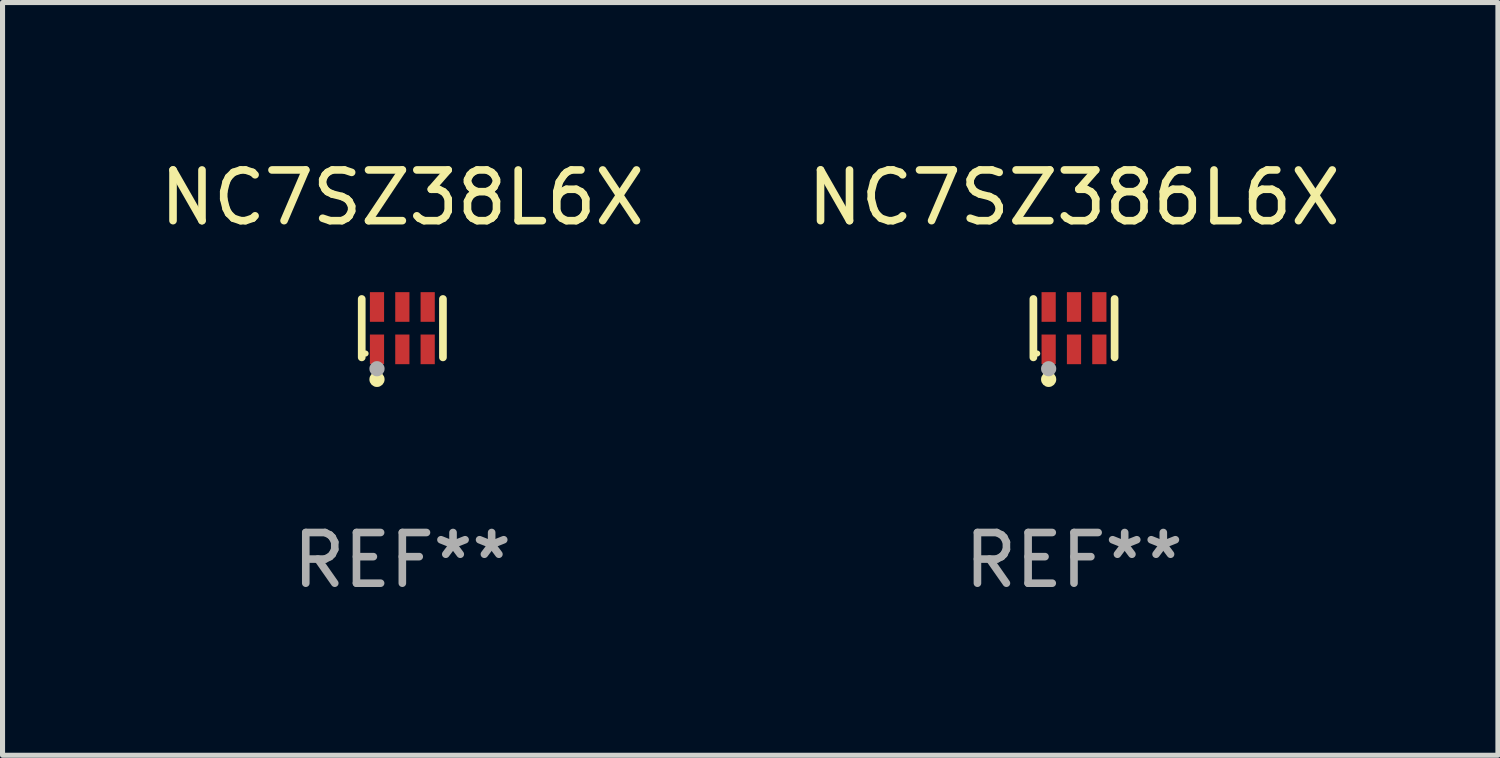
<source format=kicad_pcb>
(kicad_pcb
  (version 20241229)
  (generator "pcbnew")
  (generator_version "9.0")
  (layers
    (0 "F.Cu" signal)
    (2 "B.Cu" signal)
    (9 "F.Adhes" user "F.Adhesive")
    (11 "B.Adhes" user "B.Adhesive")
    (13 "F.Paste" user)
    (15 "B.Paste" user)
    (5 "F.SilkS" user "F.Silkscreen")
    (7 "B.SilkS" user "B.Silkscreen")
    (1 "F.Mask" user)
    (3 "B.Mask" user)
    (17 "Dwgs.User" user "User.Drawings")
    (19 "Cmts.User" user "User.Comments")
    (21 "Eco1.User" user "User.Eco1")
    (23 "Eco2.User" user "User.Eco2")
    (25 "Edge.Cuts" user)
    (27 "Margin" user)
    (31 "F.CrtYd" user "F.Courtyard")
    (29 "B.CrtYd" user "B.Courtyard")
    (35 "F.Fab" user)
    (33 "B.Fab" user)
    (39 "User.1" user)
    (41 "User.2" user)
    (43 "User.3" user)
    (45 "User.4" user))
  (footprint "NC7SZ386L6X"
    (layer "F.Cu")
    (at 18.137 3.424)
    (property "Reference" "NC7SZ386L6X" (at 0 -2.576 0) (layer "F.SilkS") (effects (font (size 1 1) (thickness 0.15))))
    (attr through_hole)
    (fp_line (start -0.801 0.576) (end -0.801 -0.576) (stroke (width 0.152) (type solid)) (layer "F.SilkS"))
    (fp_line (start 0.801 0.576) (end 0.801 -0.576) (stroke (width 0.152) (type solid)) (layer "F.SilkS"))
    (fp_circle (center -0.725 0.5) (end -0.695 0.5) (stroke (width 0.06) (type solid)) (fill no) (layer "F.SilkS"))
    (fp_circle (center -0.5 1.01) (end -0.425 1.01) (stroke (width 0.15) (type solid)) (fill no) (layer "F.SilkS"))
    (fp_circle (center -0.5 0.8) (end -0.425 0.8) (stroke (width 0.15) (type solid)) (fill no) (layer "F.Fab"))
    (fp_text user "REF**" (at 0 4.576 0) (layer "F.Fab") (effects (font (size 1 1) (thickness 0.15))))
    (pad "1" smd rect (at -0.5 0.418) (size 0.28 0.585) (layers "F.Cu" "F.Mask" "F.Paste"))
    (pad "2" smd rect (at 0 0.418) (size 0.28 0.585) (layers "F.Cu" "F.Mask" "F.Paste"))
    (pad "3" smd rect (at 0.5 0.418) (size 0.28 0.585) (layers "F.Cu" "F.Mask" "F.Paste"))
    (pad "4" smd rect (at 0.5 -0.418) (size 0.28 0.585) (layers "F.Cu" "F.Mask" "F.Paste"))
    (pad "5" smd rect (at 0 -0.418) (size 0.28 0.585) (layers "F.Cu" "F.Mask" "F.Paste"))
    (pad "6" smd rect (at -0.5 -0.418) (size 0.28 0.585) (layers "F.Cu" "F.Mask" "F.Paste")))
  (footprint "NC7SZ38L6X"
    (layer "F.Cu")
    (at 4.887 3.424)
    (property "Reference" "NC7SZ38L6X" (at 0 -2.576 0) (layer "F.SilkS") (effects (font (size 1 1) (thickness 0.15))))
    (attr through_hole)
    (fp_line (start -0.801 0.576) (end -0.801 -0.576) (stroke (width 0.152) (type solid)) (layer "F.SilkS"))
    (fp_line (start 0.801 0.576) (end 0.801 -0.576) (stroke (width 0.152) (type solid)) (layer "F.SilkS"))
    (fp_circle (center -0.725 0.5) (end -0.695 0.5) (stroke (width 0.06) (type solid)) (fill no) (layer "F.SilkS"))
    (fp_circle (center -0.5 1.01) (end -0.425 1.01) (stroke (width 0.15) (type solid)) (fill no) (layer "F.SilkS"))
    (fp_circle (center -0.5 0.8) (end -0.425 0.8) (stroke (width 0.15) (type solid)) (fill no) (layer "F.Fab"))
    (fp_text user "REF**" (at 0 4.576 0) (layer "F.Fab") (effects (font (size 1 1) (thickness 0.15))))
    (pad "1" smd rect (at -0.5 0.418) (size 0.28 0.585) (layers "F.Cu" "F.Mask" "F.Paste"))
    (pad "2" smd rect (at 0 0.418) (size 0.28 0.585) (layers "F.Cu" "F.Mask" "F.Paste"))
    (pad "3" smd rect (at 0.5 0.418) (size 0.28 0.585) (layers "F.Cu" "F.Mask" "F.Paste"))
    (pad "4" smd rect (at 0.5 -0.418) (size 0.28 0.585) (layers "F.Cu" "F.Mask" "F.Paste"))
    (pad "5" smd rect (at 0 -0.418) (size 0.28 0.585) (layers "F.Cu" "F.Mask" "F.Paste"))
    (pad "6" smd rect (at -0.5 -0.418) (size 0.28 0.585) (layers "F.Cu" "F.Mask" "F.Paste")))
  (gr_rect
    (start -3 -3)
    (end 26.5 11.849)
    (stroke (width 0.1) (type default))
    (fill no)
    (layer "Edge.Cuts")))
</source>
